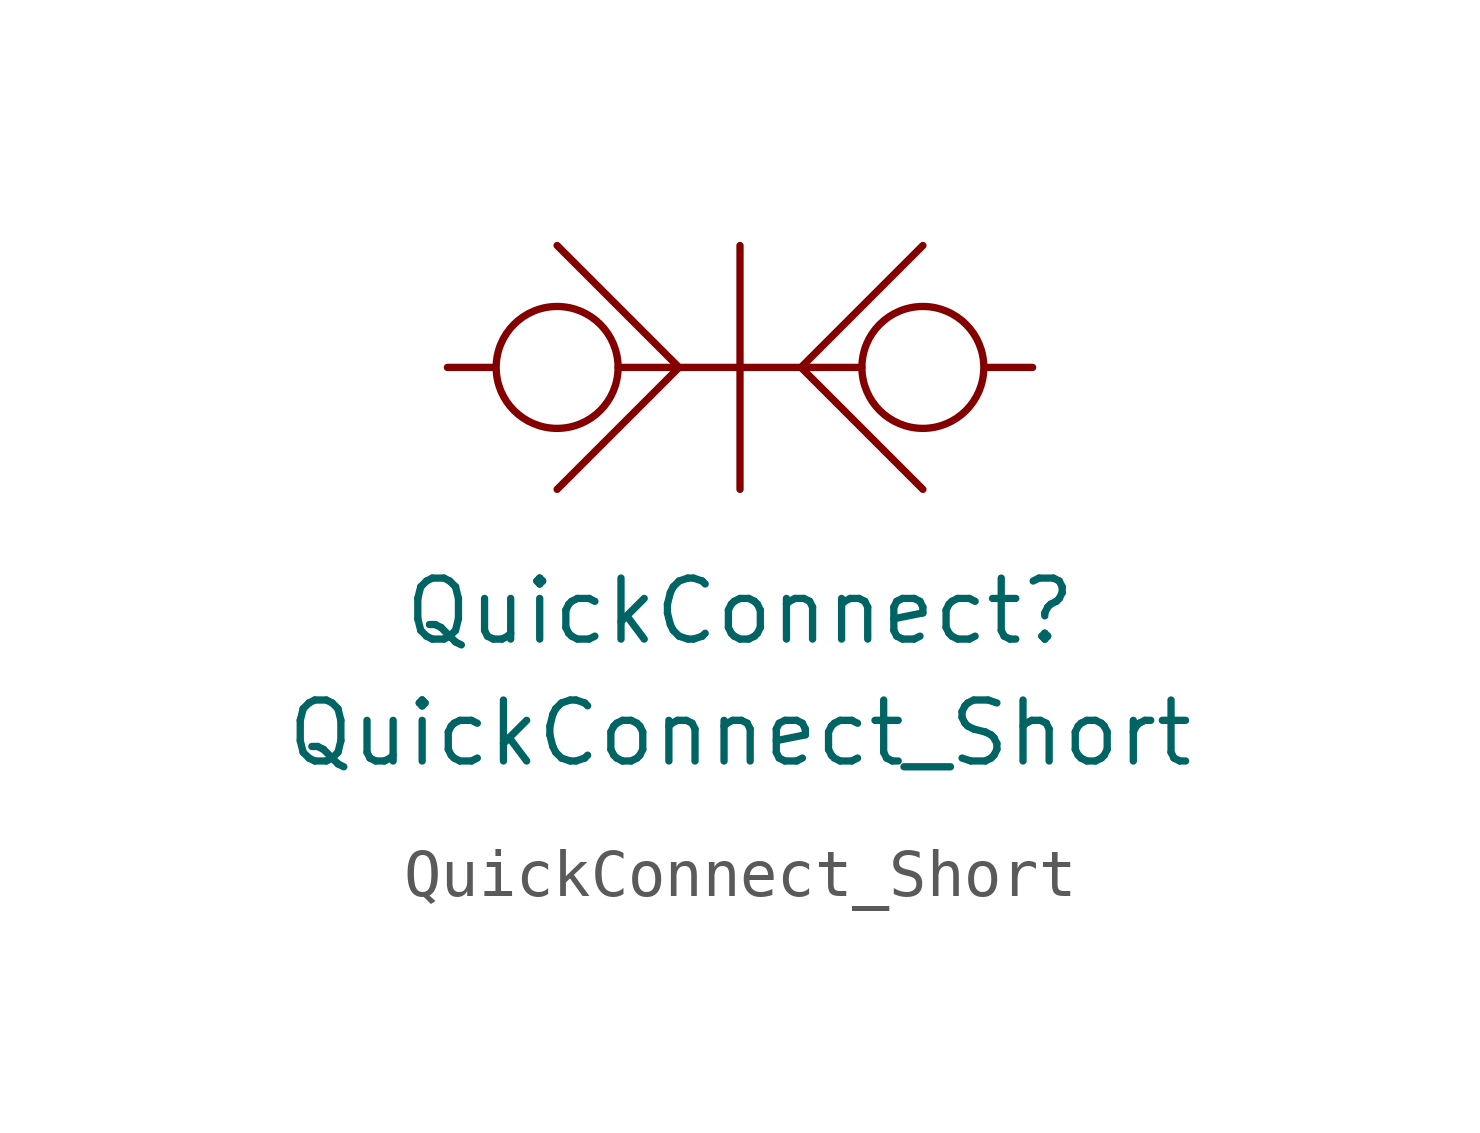
<source format=kicad_sym>
(kicad_symbol_lib
  (version 20211014)
  (generator kicad_symbol_editor)
  (symbol "QuickConnect_Short"
    (pin_numbers hide)
    (pin_names
      (offset 1.016))
    (property "Reference" "QuickConnect"
      (at 0 -5.08 0)
      (effects (font (size 1.27 1.27))))
    (property "Value" "QuickConnect_Short"
      (at 0 -7.62 0)
      (effects (font (size 1.27 1.27))))
    (symbol "QuickConnect_Short_0_0"
      (circle (center -3.81 0) (radius 1.27) (stroke (width 0) (type default) (color 0 0 0 0)) (fill (type none)))
      (polyline (pts (xy -1.27 0) (xy -3.81 -2.54)) (stroke (width 0) (type default) (color 0 0 0 0)) (fill (type none)))
      (polyline (pts (xy -1.27 0) (xy -2.54 0)) (stroke (width 0) (type default) (color 0 0 0 0)) (fill (type none)))
      (polyline (pts (xy 0 2.54) (xy 0 -2.54)) (stroke (width 0) (type default) (color 0 0 0 0)) (fill (type none)))
      (polyline (pts (xy 1.27 0) (xy 3.81 -2.54)) (stroke (width 0) (type default) (color 0 0 0 0)) (fill (type none)))
      (polyline (pts (xy 2.54 0) (xy 1.27 0)) (stroke (width 0) (type default) (color 0 0 0 0)) (fill (type none)))
      (polyline (pts (xy 0 0) (xy -1.27 0) (xy -3.81 2.54)) (stroke (width 0) (type default) (color 0 0 0 0)) (fill (type none)))
      (polyline (pts (xy 0 0) (xy 1.27 0) (xy 3.81 2.54)) (stroke (width 0) (type default) (color 0 0 0 0)) (fill (type none)))
      (circle (center 3.81 0) (radius 1.27) (stroke (width 0) (type default) (color 0 0 0 0)) (fill (type none))))
    (symbol "QuickConnect_Short_1_1"
      (pin bidirectional line (at -6.096 0 0) (length 0.991) (name "~" (effects (font (size 1.27 1.27)))) (number "~" (effects (font (size 1.27 1.27)))))
      (pin bidirectional line (at 6.096 0 180) (length 0.991) (name "~" (effects (font (size 1.27 1.27)))) (number "~" (effects (font (size 1.27 1.27))))))))
</source>
